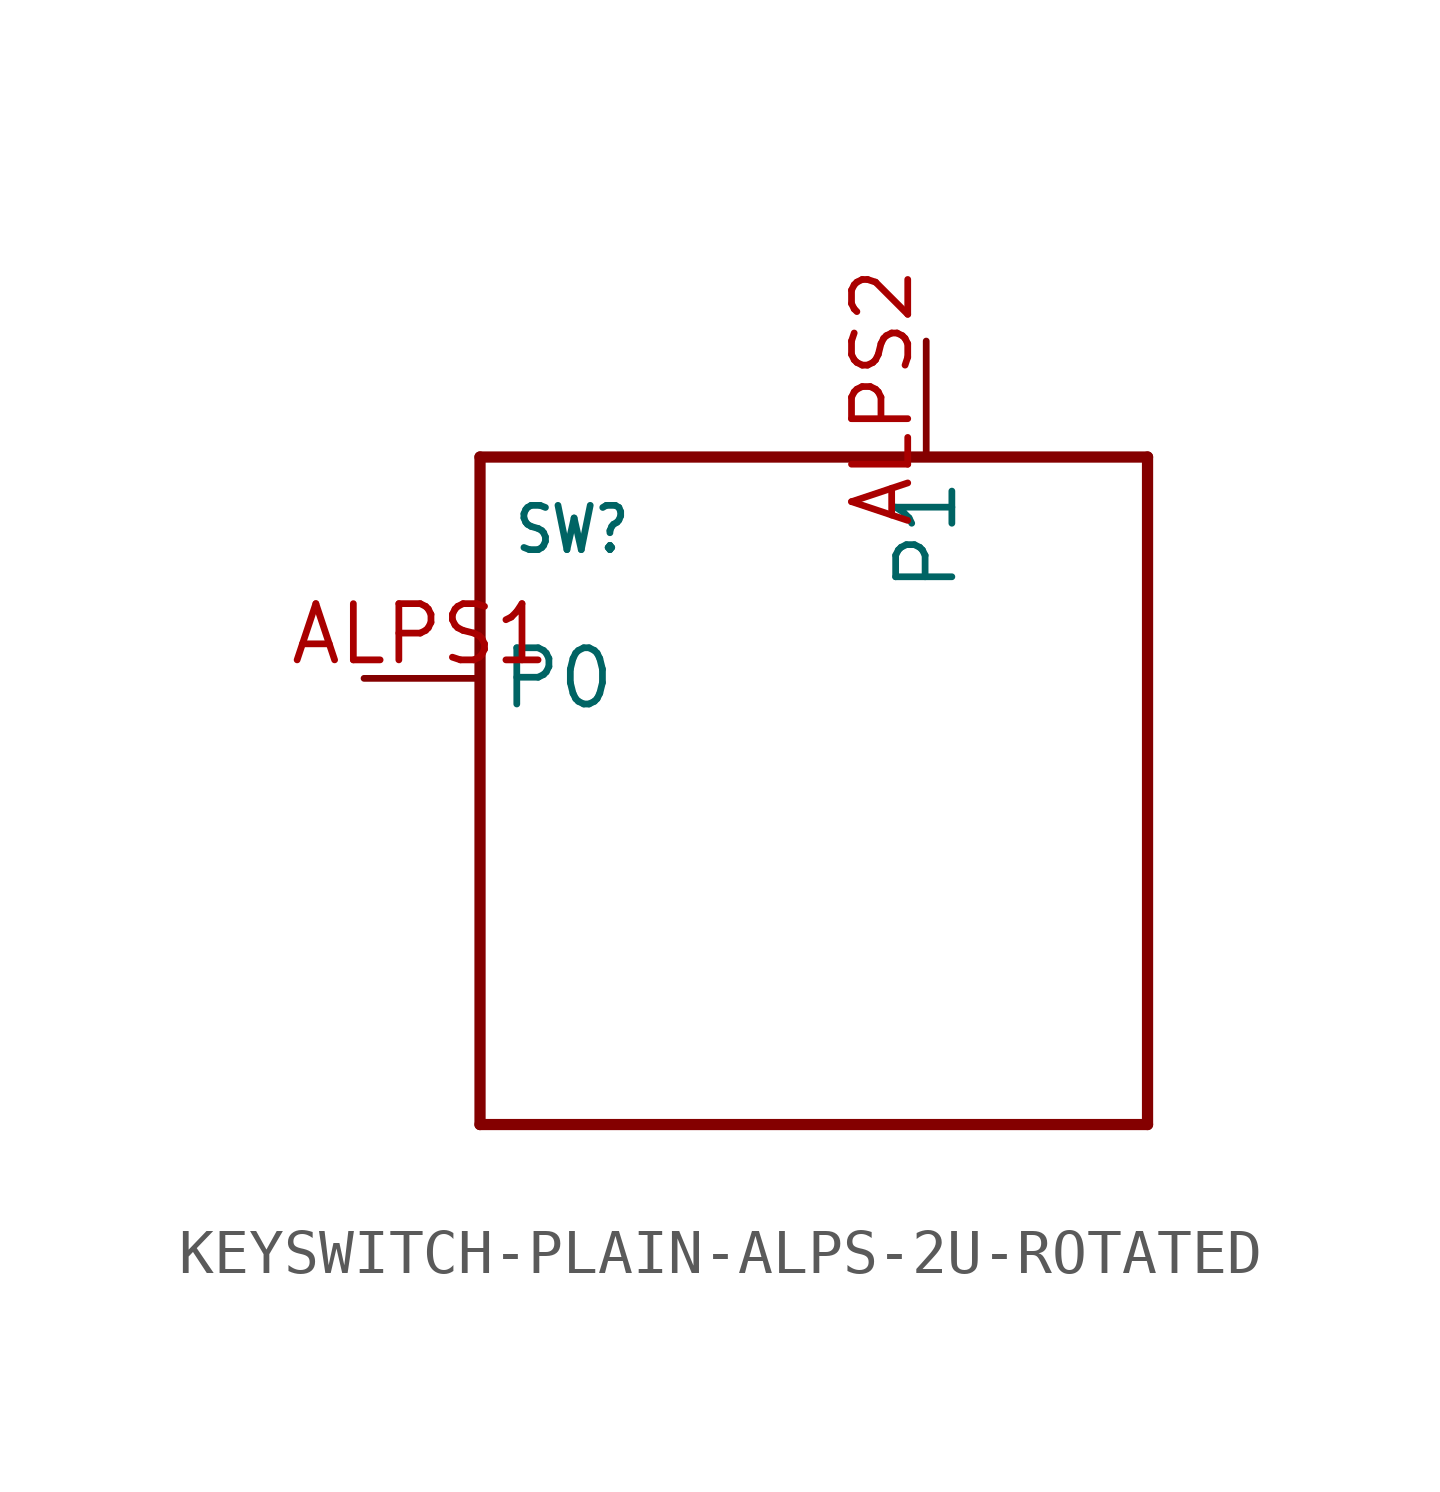
<source format=kicad_sym>
(kicad_symbol_lib
  (version 20211014)
  (generator kicad_symbol_editor)
  (symbol "KEYSWITCH-PLAIN-ALPS-2U-ROTATED"
    (property "Reference" "SW"
      (at -6.81 5.318 0)
      (effects (font (size 1 0.85)) (justify left bottom)))
    (property "ki_locked" ""
      (at 0 0 0)
      (effects (font (size 1.27 1.27))))
    (symbol "KEYSWITCH-PLAIN-ALPS-2U-ROTATED_1_0"
      (polyline (pts (xy -7.54 -7.54) (xy -7.54 7.54)) (stroke (width 0.254) (type default) (color 0 0 0 0)) (fill (type none)))
      (polyline (pts (xy -7.54 7.54) (xy 7.54 7.54)) (stroke (width 0.254) (type default) (color 0 0 0 0)) (fill (type none)))
      (polyline (pts (xy 7.54 -7.54) (xy -7.54 -7.54)) (stroke (width 0.254) (type default) (color 0 0 0 0)) (fill (type none)))
      (polyline (pts (xy 7.54 7.54) (xy 7.54 -7.54)) (stroke (width 0.254) (type default) (color 0 0 0 0)) (fill (type none)))
      (pin bidirectional line (at -10.16 2.54 0) (length 2.54) (name "P0" (effects (font (size 1.27 1.27)))) (number "ALPS1" (effects (font (size 1.27 1.27)))))
      (pin bidirectional line (at 2.54 10.16 270) (length 2.54) (name "P1" (effects (font (size 1.27 1.27)))) (number "ALPS2" (effects (font (size 1.27 1.27))))))))
</source>
